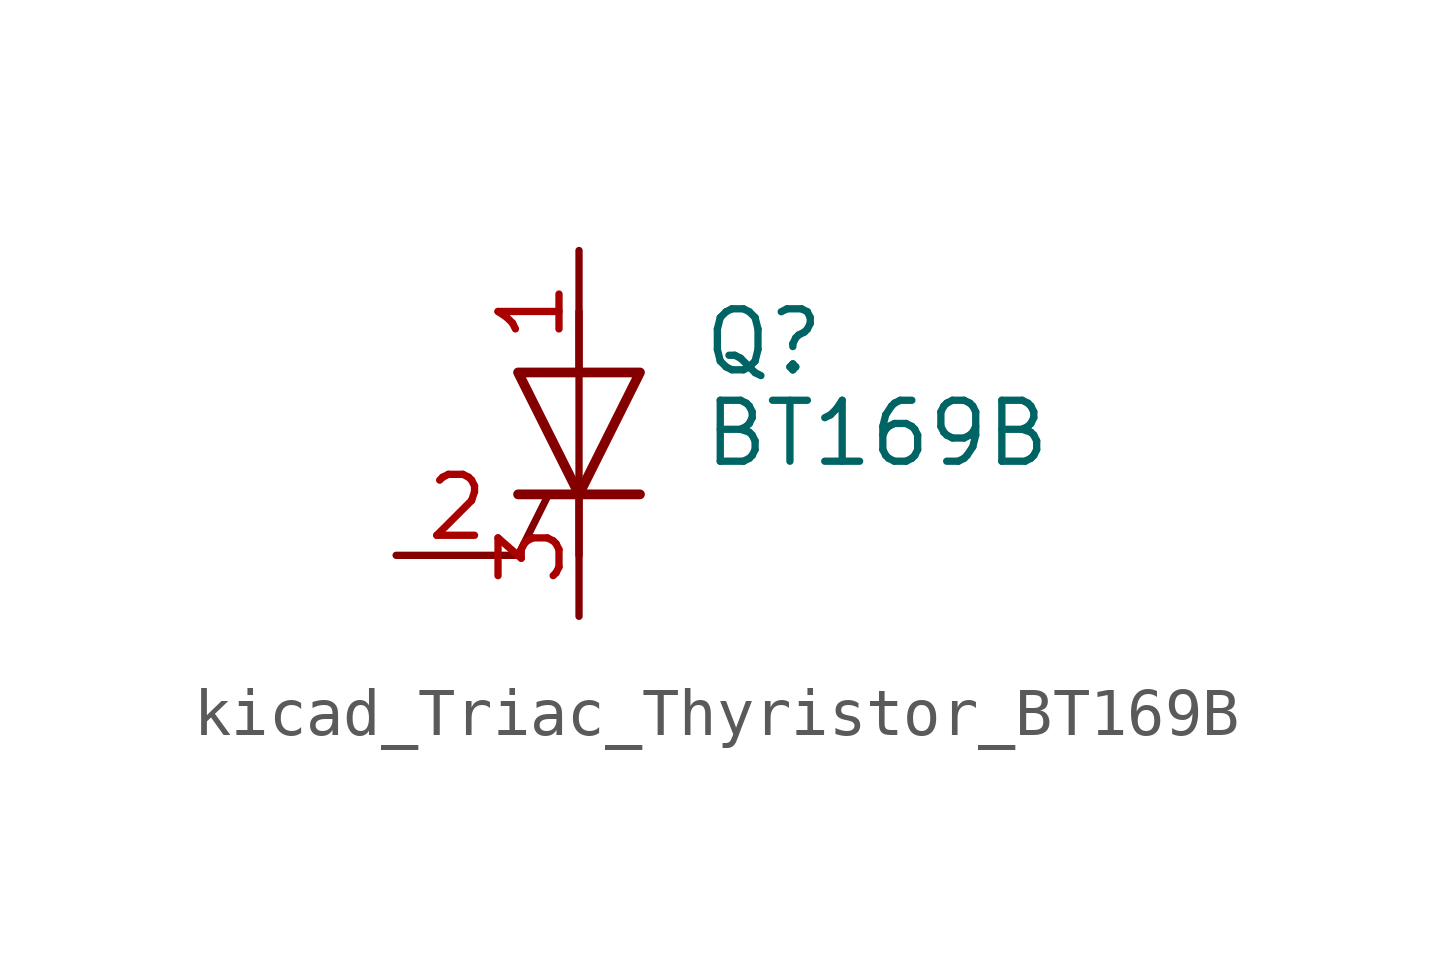
<source format=kicad_sym>
(kicad_symbol_lib
  (version 20220914)
  (generator kicad_symbol_editor)
  (symbol "kicad_Triac_Thyristor_BT169B"
    (pin_names
      (offset 0) hide)
    (property "Reference" "Q"
      (at 2.54 1.905 0)
      (effects (font (size 1.27 1.27)) (justify left)))
    (property "Value" "BT169B"
      (at 2.54 0 0)
      (effects (font (size 1.27 1.27)) (justify left)))
    (symbol "kicad_Triac_Thyristor_BT169B_0_1"
      (polyline (pts (xy -1.27 -2.54) (xy -0.635 -1.27)) (stroke (width 0) (type default)) (fill (type none)))
      (polyline (pts (xy -1.27 -1.27) (xy 1.27 -1.27)) (stroke (width 0.203) (type default)) (fill (type none)))
      (polyline (pts (xy 0 -2.54) (xy 0 2.54)) (stroke (width 0) (type default)) (fill (type none)))
      (polyline (pts (xy -1.27 1.27) (xy 1.27 1.27) (xy 0 -1.27) (xy -1.27 1.27)) (stroke (width 0.203) (type default)) (fill (type none))))
    (symbol "kicad_Triac_Thyristor_BT169B_1_1"
      (pin passive line (at 0 3.81 270) (length 2.54) (name "A" (effects (font (size 1.27 1.27)))) (number "1" (effects (font (size 1.27 1.27)))))
      (pin input line (at -3.81 -2.54 0) (length 2.54) (name "G" (effects (font (size 1.27 1.27)))) (number "2" (effects (font (size 1.27 1.27)))))
      (pin passive line (at 0 -3.81 90) (length 2.54) (name "K" (effects (font (size 1.27 1.27)))) (number "3" (effects (font (size 1.27 1.27))))))))
</source>
